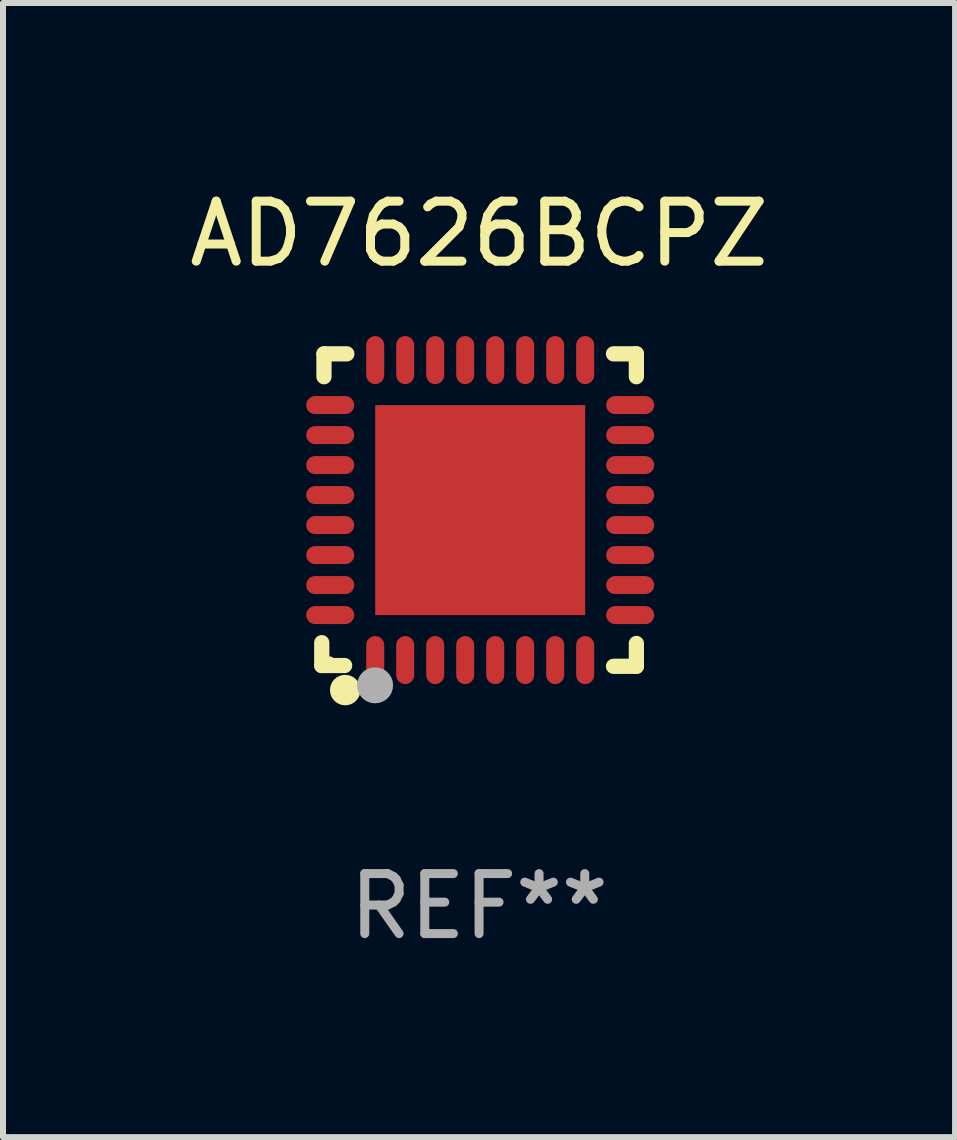
<source format=kicad_pcb>
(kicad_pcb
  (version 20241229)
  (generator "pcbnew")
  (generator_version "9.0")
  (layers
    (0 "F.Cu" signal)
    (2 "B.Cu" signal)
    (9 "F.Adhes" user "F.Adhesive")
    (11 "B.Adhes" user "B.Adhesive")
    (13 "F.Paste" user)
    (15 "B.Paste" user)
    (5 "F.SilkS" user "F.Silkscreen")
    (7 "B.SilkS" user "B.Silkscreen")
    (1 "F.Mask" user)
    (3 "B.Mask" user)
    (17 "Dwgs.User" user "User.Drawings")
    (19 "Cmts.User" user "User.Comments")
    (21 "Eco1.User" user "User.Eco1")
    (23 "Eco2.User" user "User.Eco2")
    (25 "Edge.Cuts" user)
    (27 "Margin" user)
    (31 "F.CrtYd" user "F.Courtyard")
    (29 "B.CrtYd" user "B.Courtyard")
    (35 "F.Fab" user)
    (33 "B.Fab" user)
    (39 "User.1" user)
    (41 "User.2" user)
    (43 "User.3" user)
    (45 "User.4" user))
  (footprint "AD7626BCPZ"
    (layer "F.Cu")
    (at 4.935 5.452)
    (property "Reference" "AD7626BCPZ" (at 0 -4.604 0) (layer "F.SilkS") (effects (font (size 1 1) (thickness 0.15))))
    (attr through_hole)
    (fp_line (start -2.622 2.21) (end -2.622 2.591) (stroke (width 0.254) (type solid)) (layer "F.SilkS"))
    (fp_line (start -2.622 2.591) (end -2.241 2.591) (stroke (width 0.254) (type solid)) (layer "F.SilkS"))
    (fp_line (start -2.585 -2.604) (end -2.585 -2.223) (stroke (width 0.254) (type solid)) (layer "F.SilkS"))
    (fp_line (start -2.204 -2.604) (end -2.585 -2.604) (stroke (width 0.254) (type solid)) (layer "F.SilkS"))
    (fp_line (start 2.241 2.604) (end 2.622 2.604) (stroke (width 0.254) (type solid)) (layer "F.SilkS"))
    (fp_line (start 2.622 -2.604) (end 2.241 -2.604) (stroke (width 0.254) (type solid)) (layer "F.SilkS"))
    (fp_line (start 2.622 -2.223) (end 2.622 -2.604) (stroke (width 0.254) (type solid)) (layer "F.SilkS"))
    (fp_line (start 2.622 2.604) (end 2.622 2.223) (stroke (width 0.254) (type solid)) (layer "F.SilkS"))
    (fp_circle (center -2.481 2.5) (end -2.451 2.5) (stroke (width 0.06) (type solid)) (fill no) (layer "F.SilkS"))
    (fp_circle (center -2.231 3) (end -2.104 3) (stroke (width 0.254) (type solid)) (fill no) (layer "F.SilkS"))
    (fp_circle (center -1.733 2.921) (end -1.583 2.921) (stroke (width 0.3) (type solid)) (fill no) (layer "F.Fab"))
    (fp_text user "REF**" (at 0 6.604 0) (layer "F.Fab") (effects (font (size 1 1) (thickness 0.15))))
    (pad "1" smd oval (at -1.731 2.5 90) (size 0.8 0.3) (layers "F.Cu" "F.Mask" "F.Paste"))
    (pad "2" smd oval (at -1.231 2.5 90) (size 0.8 0.3) (layers "F.Cu" "F.Mask" "F.Paste"))
    (pad "3" smd oval (at -0.731 2.5 90) (size 0.8 0.3) (layers "F.Cu" "F.Mask" "F.Paste"))
    (pad "4" smd oval (at -0.231 2.5 90) (size 0.8 0.3) (layers "F.Cu" "F.Mask" "F.Paste"))
    (pad "5" smd oval (at 0.269 2.5 90) (size 0.8 0.3) (layers "F.Cu" "F.Mask" "F.Paste"))
    (pad "6" smd oval (at 0.769 2.5 90) (size 0.8 0.3) (layers "F.Cu" "F.Mask" "F.Paste"))
    (pad "7" smd oval (at 1.269 2.5 90) (size 0.8 0.3) (layers "F.Cu" "F.Mask" "F.Paste"))
    (pad "8" smd oval (at 1.769 2.5 90) (size 0.8 0.3) (layers "F.Cu" "F.Mask" "F.Paste"))
    (pad "9" smd oval (at 2.519 1.75 180) (size 0.8 0.3) (layers "F.Cu" "F.Mask" "F.Paste"))
    (pad "10" smd oval (at 2.519 1.25 180) (size 0.8 0.3) (layers "F.Cu" "F.Mask" "F.Paste"))
    (pad "11" smd oval (at 2.519 0.75 180) (size 0.8 0.3) (layers "F.Cu" "F.Mask" "F.Paste"))
    (pad "12" smd oval (at 2.519 0.25 180) (size 0.8 0.3) (layers "F.Cu" "F.Mask" "F.Paste"))
    (pad "13" smd oval (at 2.519 -0.25 180) (size 0.8 0.3) (layers "F.Cu" "F.Mask" "F.Paste"))
    (pad "14" smd oval (at 2.519 -0.75 180) (size 0.8 0.3) (layers "F.Cu" "F.Mask" "F.Paste"))
    (pad "15" smd oval (at 2.519 -1.25 180) (size 0.8 0.3) (layers "F.Cu" "F.Mask" "F.Paste"))
    (pad "16" smd oval (at 2.519 -1.75 180) (size 0.8 0.3) (layers "F.Cu" "F.Mask" "F.Paste"))
    (pad "17" smd oval (at 1.769 -2.5 270) (size 0.8 0.3) (layers "F.Cu" "F.Mask" "F.Paste"))
    (pad "18" smd oval (at 1.269 -2.5 270) (size 0.8 0.3) (layers "F.Cu" "F.Mask" "F.Paste"))
    (pad "19" smd oval (at 0.769 -2.5 270) (size 0.8 0.3) (layers "F.Cu" "F.Mask" "F.Paste"))
    (pad "20" smd oval (at 0.269 -2.5 270) (size 0.8 0.3) (layers "F.Cu" "F.Mask" "F.Paste"))
    (pad "21" smd oval (at -0.231 -2.5 270) (size 0.8 0.3) (layers "F.Cu" "F.Mask" "F.Paste"))
    (pad "22" smd oval (at -0.731 -2.5 270) (size 0.8 0.3) (layers "F.Cu" "F.Mask" "F.Paste"))
    (pad "23" smd oval (at -1.231 -2.5 270) (size 0.8 0.3) (layers "F.Cu" "F.Mask" "F.Paste"))
    (pad "24" smd oval (at -1.731 -2.5 270) (size 0.8 0.3) (layers "F.Cu" "F.Mask" "F.Paste"))
    (pad "25" smd oval (at -2.481 -1.75) (size 0.8 0.3) (layers "F.Cu" "F.Mask" "F.Paste"))
    (pad "26" smd oval (at -2.481 -1.25) (size 0.8 0.3) (layers "F.Cu" "F.Mask" "F.Paste"))
    (pad "27" smd oval (at -2.481 -0.75) (size 0.8 0.3) (layers "F.Cu" "F.Mask" "F.Paste"))
    (pad "28" smd oval (at -2.481 -0.25) (size 0.8 0.3) (layers "F.Cu" "F.Mask" "F.Paste"))
    (pad "29" smd oval (at -2.481 0.25) (size 0.8 0.3) (layers "F.Cu" "F.Mask" "F.Paste"))
    (pad "30" smd oval (at -2.481 0.75) (size 0.8 0.3) (layers "F.Cu" "F.Mask" "F.Paste"))
    (pad "31" smd oval (at -2.481 1.25) (size 0.8 0.3) (layers "F.Cu" "F.Mask" "F.Paste"))
    (pad "32" smd oval (at -2.481 1.75) (size 0.8 0.3) (layers "F.Cu" "F.Mask" "F.Paste"))
    (pad "33" smd rect (at 0.019 -0.000025 90) (size 3.5 3.5) (layers "F.Cu" "F.Mask" "F.Paste")))
  (gr_rect
    (start -3 -3)
    (end 12.869 15.904)
    (stroke (width 0.1) (type default))
    (fill no)
    (layer "Edge.Cuts")))
</source>
